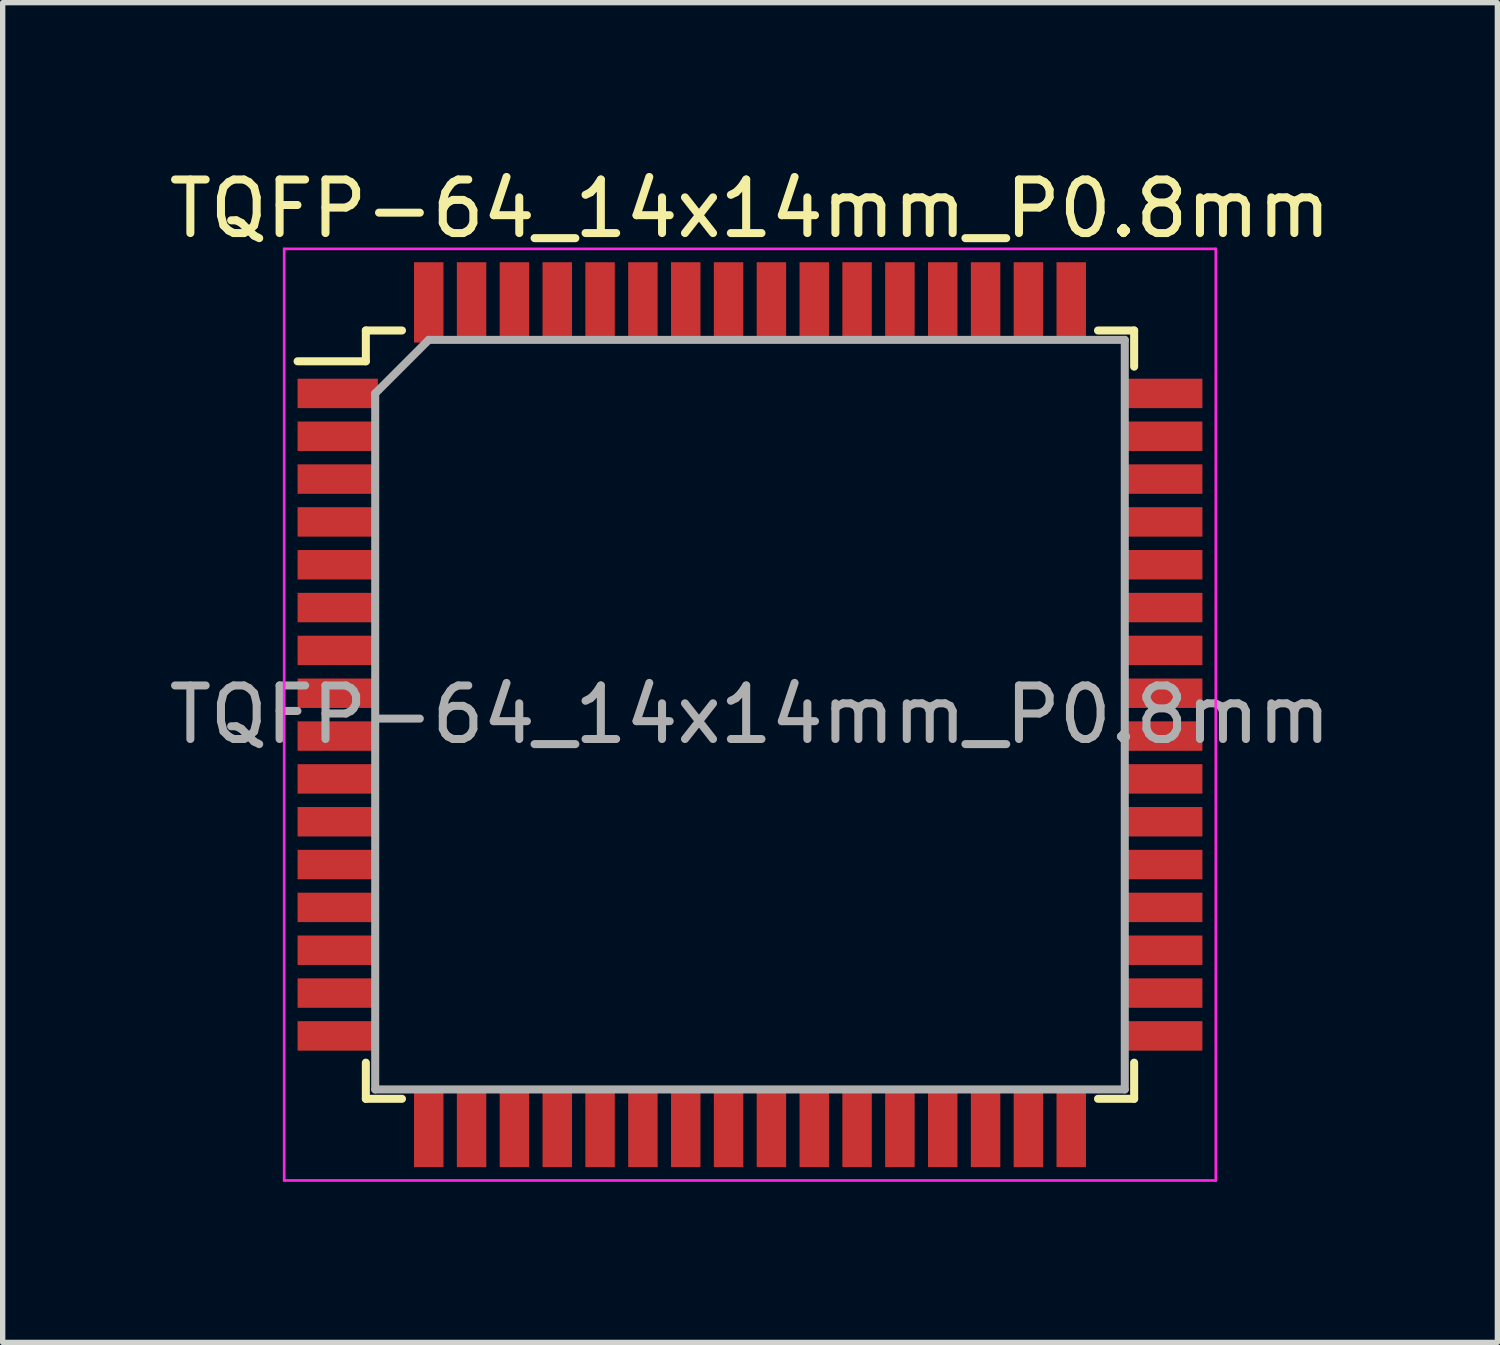
<source format=kicad_pcb>
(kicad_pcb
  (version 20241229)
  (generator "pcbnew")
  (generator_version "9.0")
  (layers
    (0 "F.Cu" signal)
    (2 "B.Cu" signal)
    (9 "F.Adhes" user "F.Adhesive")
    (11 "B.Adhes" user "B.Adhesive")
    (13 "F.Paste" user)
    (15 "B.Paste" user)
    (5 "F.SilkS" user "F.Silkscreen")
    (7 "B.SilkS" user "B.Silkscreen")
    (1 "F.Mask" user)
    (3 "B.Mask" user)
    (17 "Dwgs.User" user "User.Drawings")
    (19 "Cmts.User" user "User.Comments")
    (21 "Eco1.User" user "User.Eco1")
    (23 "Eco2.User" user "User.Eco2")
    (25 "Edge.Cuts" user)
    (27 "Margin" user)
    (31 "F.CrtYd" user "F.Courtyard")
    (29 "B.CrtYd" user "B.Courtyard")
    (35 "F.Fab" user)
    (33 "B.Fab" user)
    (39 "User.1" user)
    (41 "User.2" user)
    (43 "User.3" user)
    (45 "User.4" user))
  (footprint "TQFP-64_14x14mm_P0.8mm"
    (layer "F.Cu")
    (at 10.958 10.298)
    (property "Reference" "TQFP-64_14x14mm_P0.8mm" (at 0 -9.45 0) (layer "F.SilkS") (effects (font (size 1 1) (thickness 0.15))))
    (attr smd)
    (fp_line (start -7.175 -7.175) (end -7.175 -6.6) (stroke (width 0.15) (type solid)) (layer "F.SilkS"))
    (fp_line (start -7.175 -7.175) (end -6.5 -7.175) (stroke (width 0.15) (type solid)) (layer "F.SilkS"))
    (fp_line (start -7.175 -6.6) (end -8.45 -6.6) (stroke (width 0.15) (type solid)) (layer "F.SilkS"))
    (fp_line (start -7.175 7.175) (end -7.175 6.5) (stroke (width 0.15) (type solid)) (layer "F.SilkS"))
    (fp_line (start -7.175 7.175) (end -6.5 7.175) (stroke (width 0.15) (type solid)) (layer "F.SilkS"))
    (fp_line (start 7.175 -7.175) (end 6.5 -7.175) (stroke (width 0.15) (type solid)) (layer "F.SilkS"))
    (fp_line (start 7.175 -7.175) (end 7.175 -6.5) (stroke (width 0.15) (type solid)) (layer "F.SilkS"))
    (fp_line (start 7.175 7.175) (end 6.5 7.175) (stroke (width 0.15) (type solid)) (layer "F.SilkS"))
    (fp_line (start 7.175 7.175) (end 7.175 6.5) (stroke (width 0.15) (type solid)) (layer "F.SilkS"))
    (fp_line (start -8.7 -8.7) (end -8.7 8.7) (stroke (width 0.05) (type solid)) (layer "F.CrtYd"))
    (fp_line (start -8.7 -8.7) (end 8.7 -8.7) (stroke (width 0.05) (type solid)) (layer "F.CrtYd"))
    (fp_line (start -8.7 8.7) (end 8.7 8.7) (stroke (width 0.05) (type solid)) (layer "F.CrtYd"))
    (fp_line (start 8.7 -8.7) (end 8.7 8.7) (stroke (width 0.05) (type solid)) (layer "F.CrtYd"))
    (fp_line (start -7 -6) (end -6 -7) (stroke (width 0.15) (type solid)) (layer "F.Fab"))
    (fp_line (start -7 7) (end -7 -6) (stroke (width 0.15) (type solid)) (layer "F.Fab"))
    (fp_line (start -6 -7) (end 7 -7) (stroke (width 0.15) (type solid)) (layer "F.Fab"))
    (fp_line (start 7 -7) (end 7 7) (stroke (width 0.15) (type solid)) (layer "F.Fab"))
    (fp_line (start 7 7) (end -7 7) (stroke (width 0.15) (type solid)) (layer "F.Fab"))
    (fp_text user "${REFERENCE}" (at 0 0 0) (layer "F.Fab") (effects (font (size 1 1) (thickness 0.15))))
    (pad "1" smd rect (at -7.7 -6) (size 1.5 0.55) (layers "F.Cu" "F.Mask" "F.Paste"))
    (pad "2" smd rect (at -7.7 -5.2) (size 1.5 0.55) (layers "F.Cu" "F.Mask" "F.Paste"))
    (pad "3" smd rect (at -7.7 -4.4) (size 1.5 0.55) (layers "F.Cu" "F.Mask" "F.Paste"))
    (pad "4" smd rect (at -7.7 -3.6) (size 1.5 0.55) (layers "F.Cu" "F.Mask" "F.Paste"))
    (pad "5" smd rect (at -7.7 -2.8) (size 1.5 0.55) (layers "F.Cu" "F.Mask" "F.Paste"))
    (pad "6" smd rect (at -7.7 -2) (size 1.5 0.55) (layers "F.Cu" "F.Mask" "F.Paste"))
    (pad "7" smd rect (at -7.7 -1.2) (size 1.5 0.55) (layers "F.Cu" "F.Mask" "F.Paste"))
    (pad "8" smd rect (at -7.7 -0.4) (size 1.5 0.55) (layers "F.Cu" "F.Mask" "F.Paste"))
    (pad "9" smd rect (at -7.7 0.4) (size 1.5 0.55) (layers "F.Cu" "F.Mask" "F.Paste"))
    (pad "10" smd rect (at -7.7 1.2) (size 1.5 0.55) (layers "F.Cu" "F.Mask" "F.Paste"))
    (pad "11" smd rect (at -7.7 2) (size 1.5 0.55) (layers "F.Cu" "F.Mask" "F.Paste"))
    (pad "12" smd rect (at -7.7 2.8) (size 1.5 0.55) (layers "F.Cu" "F.Mask" "F.Paste"))
    (pad "13" smd rect (at -7.7 3.6) (size 1.5 0.55) (layers "F.Cu" "F.Mask" "F.Paste"))
    (pad "14" smd rect (at -7.7 4.4) (size 1.5 0.55) (layers "F.Cu" "F.Mask" "F.Paste"))
    (pad "15" smd rect (at -7.7 5.2) (size 1.5 0.55) (layers "F.Cu" "F.Mask" "F.Paste"))
    (pad "16" smd rect (at -7.7 6) (size 1.5 0.55) (layers "F.Cu" "F.Mask" "F.Paste"))
    (pad "17" smd rect (at -6 7.7 90) (size 1.5 0.55) (layers "F.Cu" "F.Mask" "F.Paste"))
    (pad "18" smd rect (at -5.2 7.7 90) (size 1.5 0.55) (layers "F.Cu" "F.Mask" "F.Paste"))
    (pad "19" smd rect (at -4.4 7.7 90) (size 1.5 0.55) (layers "F.Cu" "F.Mask" "F.Paste"))
    (pad "20" smd rect (at -3.6 7.7 90) (size 1.5 0.55) (layers "F.Cu" "F.Mask" "F.Paste"))
    (pad "21" smd rect (at -2.8 7.7 90) (size 1.5 0.55) (layers "F.Cu" "F.Mask" "F.Paste"))
    (pad "22" smd rect (at -2 7.7 90) (size 1.5 0.55) (layers "F.Cu" "F.Mask" "F.Paste"))
    (pad "23" smd rect (at -1.2 7.7 90) (size 1.5 0.55) (layers "F.Cu" "F.Mask" "F.Paste"))
    (pad "24" smd rect (at -0.4 7.7 90) (size 1.5 0.55) (layers "F.Cu" "F.Mask" "F.Paste"))
    (pad "25" smd rect (at 0.4 7.7 90) (size 1.5 0.55) (layers "F.Cu" "F.Mask" "F.Paste"))
    (pad "26" smd rect (at 1.2 7.7 90) (size 1.5 0.55) (layers "F.Cu" "F.Mask" "F.Paste"))
    (pad "27" smd rect (at 2 7.7 90) (size 1.5 0.55) (layers "F.Cu" "F.Mask" "F.Paste"))
    (pad "28" smd rect (at 2.8 7.7 90) (size 1.5 0.55) (layers "F.Cu" "F.Mask" "F.Paste"))
    (pad "29" smd rect (at 3.6 7.7 90) (size 1.5 0.55) (layers "F.Cu" "F.Mask" "F.Paste"))
    (pad "30" smd rect (at 4.4 7.7 90) (size 1.5 0.55) (layers "F.Cu" "F.Mask" "F.Paste"))
    (pad "31" smd rect (at 5.2 7.7 90) (size 1.5 0.55) (layers "F.Cu" "F.Mask" "F.Paste"))
    (pad "32" smd rect (at 6 7.7 90) (size 1.5 0.55) (layers "F.Cu" "F.Mask" "F.Paste"))
    (pad "33" smd rect (at 7.7 6) (size 1.5 0.55) (layers "F.Cu" "F.Mask" "F.Paste"))
    (pad "34" smd rect (at 7.7 5.2) (size 1.5 0.55) (layers "F.Cu" "F.Mask" "F.Paste"))
    (pad "35" smd rect (at 7.7 4.4) (size 1.5 0.55) (layers "F.Cu" "F.Mask" "F.Paste"))
    (pad "36" smd rect (at 7.7 3.6) (size 1.5 0.55) (layers "F.Cu" "F.Mask" "F.Paste"))
    (pad "37" smd rect (at 7.7 2.8) (size 1.5 0.55) (layers "F.Cu" "F.Mask" "F.Paste"))
    (pad "38" smd rect (at 7.7 2) (size 1.5 0.55) (layers "F.Cu" "F.Mask" "F.Paste"))
    (pad "39" smd rect (at 7.7 1.2) (size 1.5 0.55) (layers "F.Cu" "F.Mask" "F.Paste"))
    (pad "40" smd rect (at 7.7 0.4) (size 1.5 0.55) (layers "F.Cu" "F.Mask" "F.Paste"))
    (pad "41" smd rect (at 7.7 -0.4) (size 1.5 0.55) (layers "F.Cu" "F.Mask" "F.Paste"))
    (pad "42" smd rect (at 7.7 -1.2) (size 1.5 0.55) (layers "F.Cu" "F.Mask" "F.Paste"))
    (pad "43" smd rect (at 7.7 -2) (size 1.5 0.55) (layers "F.Cu" "F.Mask" "F.Paste"))
    (pad "44" smd rect (at 7.7 -2.8) (size 1.5 0.55) (layers "F.Cu" "F.Mask" "F.Paste"))
    (pad "45" smd rect (at 7.7 -3.6) (size 1.5 0.55) (layers "F.Cu" "F.Mask" "F.Paste"))
    (pad "46" smd rect (at 7.7 -4.4) (size 1.5 0.55) (layers "F.Cu" "F.Mask" "F.Paste"))
    (pad "47" smd rect (at 7.7 -5.2) (size 1.5 0.55) (layers "F.Cu" "F.Mask" "F.Paste"))
    (pad "48" smd rect (at 7.7 -6) (size 1.5 0.55) (layers "F.Cu" "F.Mask" "F.Paste"))
    (pad "49" smd rect (at 6 -7.7 90) (size 1.5 0.55) (layers "F.Cu" "F.Mask" "F.Paste"))
    (pad "50" smd rect (at 5.2 -7.7 90) (size 1.5 0.55) (layers "F.Cu" "F.Mask" "F.Paste"))
    (pad "51" smd rect (at 4.4 -7.7 90) (size 1.5 0.55) (layers "F.Cu" "F.Mask" "F.Paste"))
    (pad "52" smd rect (at 3.6 -7.7 90) (size 1.5 0.55) (layers "F.Cu" "F.Mask" "F.Paste"))
    (pad "53" smd rect (at 2.8 -7.7 90) (size 1.5 0.55) (layers "F.Cu" "F.Mask" "F.Paste"))
    (pad "54" smd rect (at 2 -7.7 90) (size 1.5 0.55) (layers "F.Cu" "F.Mask" "F.Paste"))
    (pad "55" smd rect (at 1.2 -7.7 90) (size 1.5 0.55) (layers "F.Cu" "F.Mask" "F.Paste"))
    (pad "56" smd rect (at 0.4 -7.7 90) (size 1.5 0.55) (layers "F.Cu" "F.Mask" "F.Paste"))
    (pad "57" smd rect (at -0.4 -7.7 90) (size 1.5 0.55) (layers "F.Cu" "F.Mask" "F.Paste"))
    (pad "58" smd rect (at -1.2 -7.7 90) (size 1.5 0.55) (layers "F.Cu" "F.Mask" "F.Paste"))
    (pad "59" smd rect (at -2 -7.7 90) (size 1.5 0.55) (layers "F.Cu" "F.Mask" "F.Paste"))
    (pad "60" smd rect (at -2.8 -7.7 90) (size 1.5 0.55) (layers "F.Cu" "F.Mask" "F.Paste"))
    (pad "61" smd rect (at -3.6 -7.7 90) (size 1.5 0.55) (layers "F.Cu" "F.Mask" "F.Paste"))
    (pad "62" smd rect (at -4.4 -7.7 90) (size 1.5 0.55) (layers "F.Cu" "F.Mask" "F.Paste"))
    (pad "63" smd rect (at -5.2 -7.7 90) (size 1.5 0.55) (layers "F.Cu" "F.Mask" "F.Paste"))
    (pad "64" smd rect (at -6 -7.7 90) (size 1.5 0.55) (layers "F.Cu" "F.Mask" "F.Paste")))
  (gr_rect
    (start -3 -3)
    (end 24.917 22.023)
    (stroke (width 0.1) (type default))
    (fill no)
    (layer "Edge.Cuts")))
</source>
